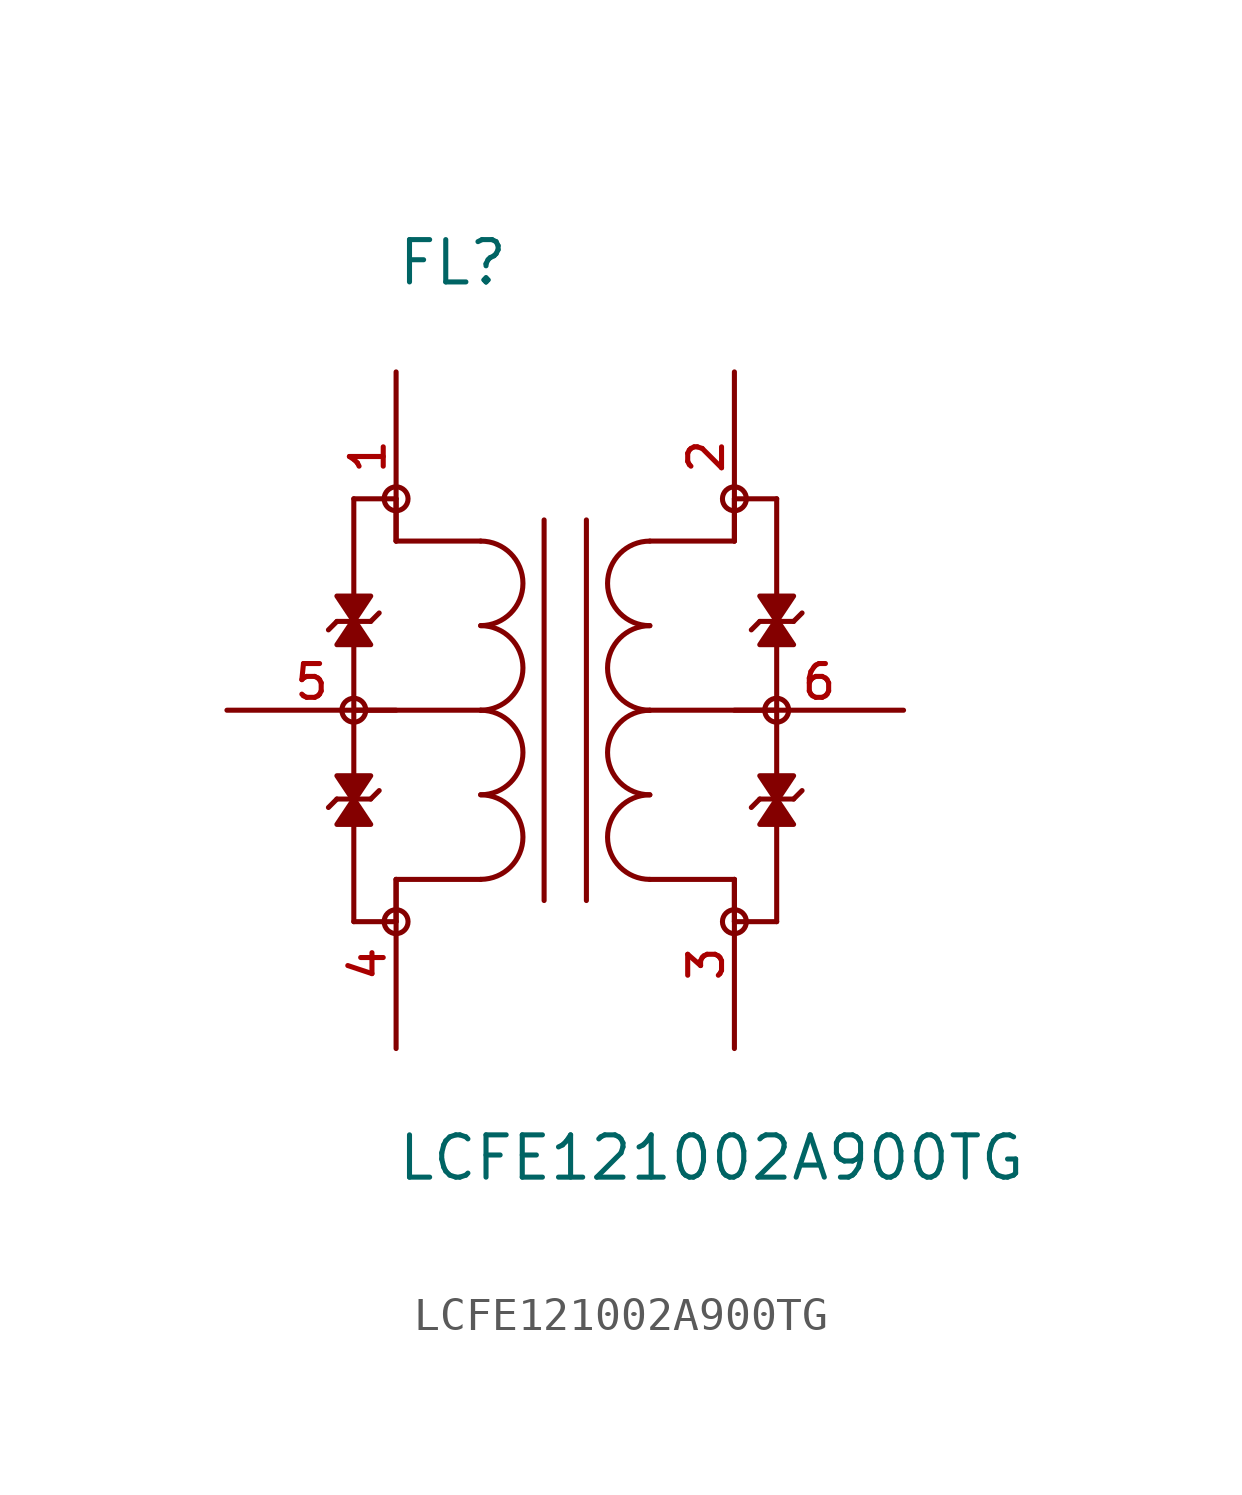
<source format=kicad_sym>
(kicad_symbol_lib
  (version 20211014)
  (generator kicad_symbol_editor)
  (symbol "LCFE121002A900TG"
    (pin_names
      (offset 1.016))
    (property "Reference" "FL"
      (at -5.08 12.7 0)
      (effects (font (size 1.27 1.27)) (justify bottom left)))
    (property "Value" "LCFE121002A900TG"
      (at -5.08 -12.7 0)
      (effects (font (size 1.27 1.27)) (justify top left)))
    (symbol "LCFE121002A900TG_0_0"
      (arc (start -2.54 -2.54) (mid -1.27 -1.27) (end -2.54 0.0) (stroke (width 0.1524) (type default) (color 0 0 0 0)) (fill (type none)))
      (arc (start -2.54 -5.08) (mid -1.27 -3.81) (end -2.54 -2.54) (stroke (width 0.1524) (type default) (color 0 0 0 0)) (fill (type none)))
      (arc (start 2.54 -2.54) (mid 1.27 -3.81) (end 2.54 -5.08) (stroke (width 0.1524) (type default) (color 0 0 0 0)) (fill (type none)))
      (arc (start 2.54 0.0) (mid 1.27 -1.27) (end 2.54 -2.54) (stroke (width 0.1524) (type default) (color 0 0 0 0)) (fill (type none)))
      (arc (start -2.54 0.0) (mid -1.27 1.27) (end -2.54 2.54) (stroke (width 0.1524) (type default) (color 0 0 0 0)) (fill (type none)))
      (arc (start -2.54 2.54) (mid -1.27 3.81) (end -2.54 5.08) (stroke (width 0.1524) (type default) (color 0 0 0 0)) (fill (type none)))
      (arc (start 2.54 2.54) (mid 1.27 1.27) (end 2.54 0.0) (stroke (width 0.1524) (type default) (color 0 0 0 0)) (fill (type none)))
      (arc (start 2.54 5.08) (mid 1.27 3.81) (end 2.54 2.54) (stroke (width 0.1524) (type default) (color 0 0 0 0)) (fill (type none)))
      (polyline (pts (xy -0.635 5.715) (xy -0.635 -5.715)) (stroke (width 0.152)))
      (polyline (pts (xy 0.635 5.715) (xy 0.635 -5.715)) (stroke (width 0.152)))
      (polyline (pts (xy -6.35 0.0) (xy -6.35 2.667)) (stroke (width 0.152)))
      (polyline (pts (xy -6.35 2.667) (xy -6.35 6.35)) (stroke (width 0.152)))
      (polyline (pts (xy -6.35 6.35) (xy -5.08 6.35)) (stroke (width 0.152)))
      (polyline (pts (xy -5.08 6.35) (xy -5.08 5.08)) (stroke (width 0.152)))
      (polyline (pts (xy -5.08 5.08) (xy -2.54 5.08)) (stroke (width 0.152)))
      (polyline (pts (xy -7.112 2.413) (xy -6.858 2.667)) (stroke (width 0.152)))
      (polyline (pts (xy -6.858 2.667) (xy -6.35 2.667)) (stroke (width 0.152)))
      (polyline (pts (xy -6.35 2.667) (xy -5.842 2.667)) (stroke (width 0.152)))
      (polyline (pts (xy -5.842 2.667) (xy -5.588 2.921)) (stroke (width 0.152)))
      (polyline (pts (xy -6.35 2.667) (xy -5.842 3.429) (xy -6.858 3.429) (xy -6.35 2.667)) (stroke (width 0.152)) (fill (type outline)))
      (polyline (pts (xy -6.35 2.731) (xy -6.858 1.968) (xy -5.842 1.968) (xy -6.35 2.731)) (stroke (width 0.152)) (fill (type outline)))
      (circle (center -5.08 6.35) (radius 0.359) (stroke (width 0.0)) (fill (type none)))
      (circle (center -6.35 0.0) (radius 0.359) (stroke (width 0.0)) (fill (type none)))
      (polyline (pts (xy -6.35 0.0) (xy -2.54 0.0)) (stroke (width 0.152)))
      (polyline (pts (xy -6.35 0.0) (xy -6.35 -2.667)) (stroke (width 0.152)))
      (polyline (pts (xy -6.35 -2.667) (xy -6.35 -6.35)) (stroke (width 0.152)))
      (polyline (pts (xy -6.35 -6.35) (xy -5.08 -6.35)) (stroke (width 0.152)))
      (polyline (pts (xy -5.08 -6.35) (xy -5.08 -5.08)) (stroke (width 0.152)))
      (polyline (pts (xy -5.08 -5.08) (xy -2.54 -5.08)) (stroke (width 0.152)))
      (polyline (pts (xy -5.588 -2.413) (xy -5.842 -2.667)) (stroke (width 0.152)))
      (polyline (pts (xy -5.842 -2.667) (xy -6.35 -2.667)) (stroke (width 0.152)))
      (polyline (pts (xy -6.35 -2.667) (xy -6.858 -2.667)) (stroke (width 0.152)))
      (polyline (pts (xy -6.858 -2.667) (xy -7.112 -2.921)) (stroke (width 0.152)))
      (polyline (pts (xy -6.35 -2.667) (xy -6.858 -3.429) (xy -5.842 -3.429) (xy -6.35 -2.667)) (stroke (width 0.152)) (fill (type outline)))
      (polyline (pts (xy -6.35 -2.731) (xy -5.842 -1.968) (xy -6.858 -1.968) (xy -6.35 -2.731)) (stroke (width 0.152)) (fill (type outline)))
      (circle (center -5.08 -6.35) (radius 0.359) (stroke (width 0.0)) (fill (type none)))
      (polyline (pts (xy 6.35 0.0) (xy 6.35 -2.667)) (stroke (width 0.152)))
      (polyline (pts (xy 6.35 -2.667) (xy 6.35 -6.35)) (stroke (width 0.152)))
      (polyline (pts (xy 6.35 -6.35) (xy 5.08 -6.35)) (stroke (width 0.152)))
      (polyline (pts (xy 5.08 -6.35) (xy 5.08 -5.08)) (stroke (width 0.152)))
      (polyline (pts (xy 5.08 -5.08) (xy 2.54 -5.08)) (stroke (width 0.152)))
      (polyline (pts (xy 7.112 -2.413) (xy 6.858 -2.667)) (stroke (width 0.152)))
      (polyline (pts (xy 6.858 -2.667) (xy 6.35 -2.667)) (stroke (width 0.152)))
      (polyline (pts (xy 6.35 -2.667) (xy 5.842 -2.667)) (stroke (width 0.152)))
      (polyline (pts (xy 5.842 -2.667) (xy 5.588 -2.921)) (stroke (width 0.152)))
      (polyline (pts (xy 6.35 -2.667) (xy 5.842 -3.429) (xy 6.858 -3.429) (xy 6.35 -2.667)) (stroke (width 0.152)) (fill (type outline)))
      (polyline (pts (xy 6.35 -2.731) (xy 6.858 -1.968) (xy 5.842 -1.968) (xy 6.35 -2.731)) (stroke (width 0.152)) (fill (type outline)))
      (circle (center 5.08 -6.35) (radius 0.359) (stroke (width 0.0)) (fill (type none)))
      (circle (center 6.35 0.0) (radius 0.359) (stroke (width 0.0)) (fill (type none)))
      (polyline (pts (xy 6.35 0.0) (xy 2.54 0.0)) (stroke (width 0.152)))
      (polyline (pts (xy 6.35 0.0) (xy 6.35 2.667)) (stroke (width 0.152)))
      (polyline (pts (xy 6.35 2.667) (xy 6.35 6.35)) (stroke (width 0.152)))
      (polyline (pts (xy 6.35 6.35) (xy 5.08 6.35)) (stroke (width 0.152)))
      (polyline (pts (xy 5.08 6.35) (xy 5.08 5.08)) (stroke (width 0.152)))
      (polyline (pts (xy 5.08 5.08) (xy 2.54 5.08)) (stroke (width 0.152)))
      (polyline (pts (xy 5.588 2.413) (xy 5.842 2.667)) (stroke (width 0.152)))
      (polyline (pts (xy 5.842 2.667) (xy 6.35 2.667)) (stroke (width 0.152)))
      (polyline (pts (xy 6.35 2.667) (xy 6.858 2.667)) (stroke (width 0.152)))
      (polyline (pts (xy 6.858 2.667) (xy 7.112 2.921)) (stroke (width 0.152)))
      (polyline (pts (xy 6.35 2.667) (xy 6.858 3.429) (xy 5.842 3.429) (xy 6.35 2.667)) (stroke (width 0.152)) (fill (type outline)))
      (polyline (pts (xy 6.35 2.731) (xy 5.842 1.968) (xy 6.858 1.968) (xy 6.35 2.731)) (stroke (width 0.152)) (fill (type outline)))
      (circle (center 5.08 6.35) (radius 0.359) (stroke (width 0.0)) (fill (type none)))
      (pin passive line (at -5.08 10.16 270.0) (length 5.08) (name "~" (effects (font (size 1.016 1.016)))) (number "1" (effects (font (size 1.016 1.016)))))
      (pin passive line (at 5.08 10.16 270.0) (length 5.08) (name "~" (effects (font (size 1.016 1.016)))) (number "2" (effects (font (size 1.016 1.016)))))
      (pin passive line (at -5.08 -10.16 90.0) (length 5.08) (name "~" (effects (font (size 1.016 1.016)))) (number "4" (effects (font (size 1.016 1.016)))))
      (pin passive line (at 5.08 -10.16 90.0) (length 5.08) (name "~" (effects (font (size 1.016 1.016)))) (number "3" (effects (font (size 1.016 1.016)))))
      (pin passive line (at -10.16 0.0 0) (length 5.08) (name "~" (effects (font (size 1.016 1.016)))) (number "5" (effects (font (size 1.016 1.016)))))
      (pin passive line (at 10.16 0.0 180.0) (length 5.08) (name "~" (effects (font (size 1.016 1.016)))) (number "6" (effects (font (size 1.016 1.016))))))))
</source>
